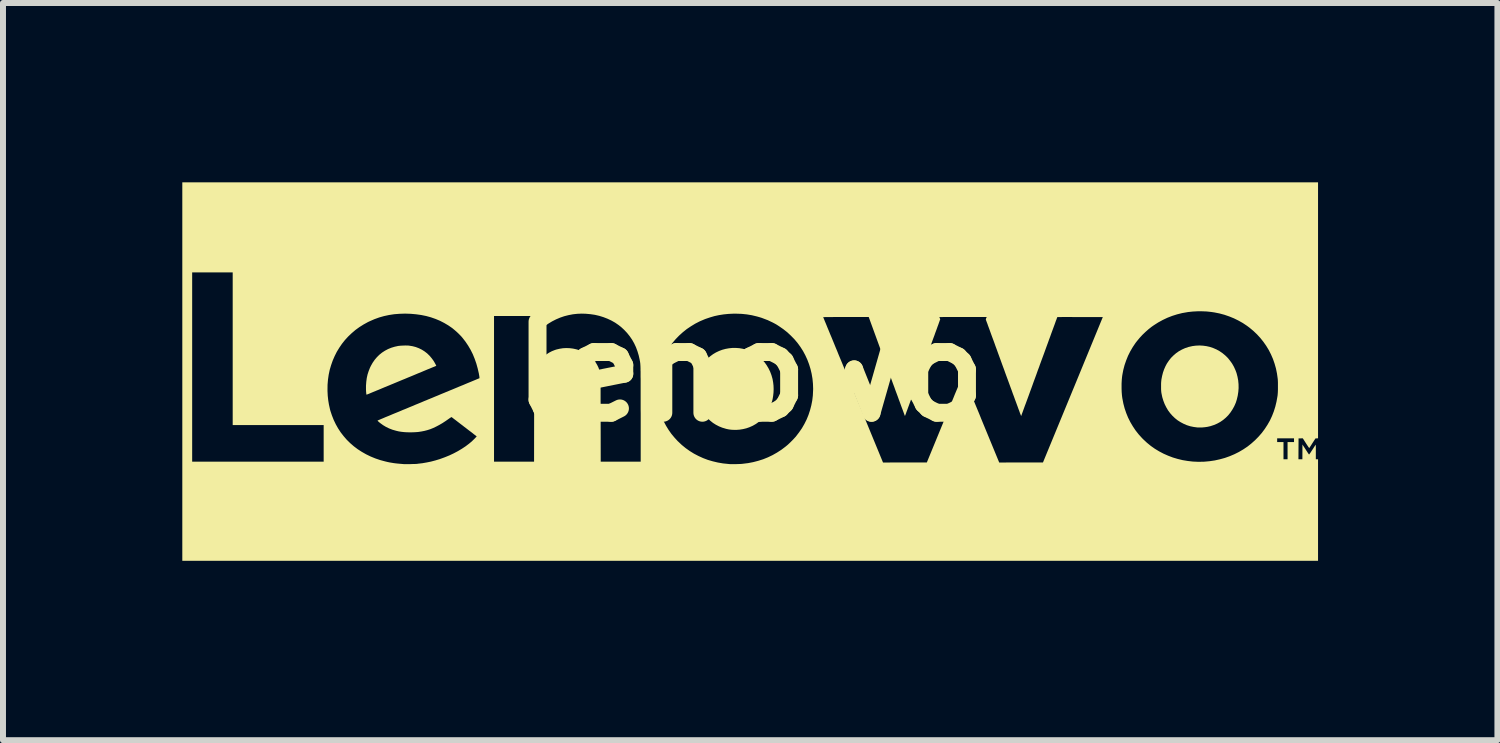
<source format=kicad_pcb>
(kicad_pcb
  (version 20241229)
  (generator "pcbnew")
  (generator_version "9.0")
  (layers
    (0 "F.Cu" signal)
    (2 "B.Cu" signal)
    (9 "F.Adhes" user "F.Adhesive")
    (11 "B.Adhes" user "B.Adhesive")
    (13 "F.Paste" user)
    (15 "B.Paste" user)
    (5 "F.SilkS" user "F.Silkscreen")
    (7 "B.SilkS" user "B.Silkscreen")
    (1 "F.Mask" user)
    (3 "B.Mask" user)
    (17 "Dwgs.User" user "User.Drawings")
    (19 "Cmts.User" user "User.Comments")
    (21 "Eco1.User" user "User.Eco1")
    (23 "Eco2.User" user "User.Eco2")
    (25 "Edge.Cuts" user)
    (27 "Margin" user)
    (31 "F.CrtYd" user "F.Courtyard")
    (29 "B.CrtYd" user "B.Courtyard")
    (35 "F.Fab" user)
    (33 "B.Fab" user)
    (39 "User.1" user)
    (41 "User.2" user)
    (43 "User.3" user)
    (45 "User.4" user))
  (footprint "lenowo"
    (layer "F.Cu")
    (at 9.499 3.166)
    (property "Reference" "lenowo" (at 0 0 0) (layer "F.SilkS") (effects (font (size 1.524 1.524) (thickness 0.3))))
    (attr board_only exclude_from_pos_files exclude_from_bom)
    (fp_poly (pts (xy 7.576 -0.433) (xy 7.635 -0.425) (xy 7.693 -0.412) (xy 7.749 -0.393) (xy 7.804 -0.369) (xy 7.856 -0.34) (xy 7.903 -0.308) (xy 7.949 -0.27) (xy 7.992 -0.228) (xy 8.03 -0.181) (xy 8.065 -0.132) (xy 8.095 -0.079) (xy 8.12 -0.024) (xy 8.138 0.024) (xy 8.154 0.085) (xy 8.166 0.148) (xy 8.172 0.212) (xy 8.173 0.276) (xy 8.168 0.34) (xy 8.158 0.405) (xy 8.143 0.468) (xy 8.13 0.51) (xy 8.125 0.524) (xy 8.118 0.54) (xy 8.11 0.559) (xy 8.102 0.576) (xy 8.099 0.583) (xy 8.069 0.636) (xy 8.036 0.686) (xy 7.999 0.732) (xy 7.958 0.773) (xy 7.914 0.81) (xy 7.866 0.843) (xy 7.815 0.871) (xy 7.761 0.894) (xy 7.704 0.913) (xy 7.691 0.916) (xy 7.652 0.925) (xy 7.61 0.931) (xy 7.567 0.935) (xy 7.525 0.936) (xy 7.486 0.935) (xy 7.481 0.935) (xy 7.421 0.927) (xy 7.363 0.915) (xy 7.306 0.897) (xy 7.253 0.874) (xy 7.202 0.847) (xy 7.153 0.816) (xy 7.108 0.78) (xy 7.066 0.74) (xy 7.028 0.697) (xy 6.993 0.65) (xy 6.963 0.599) (xy 6.936 0.545) (xy 6.914 0.488) (xy 6.896 0.429) (xy 6.883 0.366) (xy 6.881 0.356) (xy 6.879 0.339) (xy 6.877 0.316) (xy 6.876 0.291) (xy 6.876 0.264) (xy 6.876 0.235) (xy 6.876 0.208) (xy 6.877 0.182) (xy 6.879 0.159) (xy 6.881 0.14) (xy 6.881 0.137) (xy 6.893 0.075) (xy 6.908 0.016) (xy 6.927 -0.038) (xy 6.95 -0.09) (xy 6.973 -0.133) (xy 7.006 -0.182) (xy 7.042 -0.228) (xy 7.083 -0.269) (xy 7.127 -0.307) (xy 7.174 -0.34) (xy 7.225 -0.368) (xy 7.278 -0.392) (xy 7.334 -0.411) (xy 7.392 -0.424) (xy 7.394 -0.425) (xy 7.455 -0.433) (xy 7.516 -0.436)) (stroke (width 0) (type solid)) (fill yes) (layer "F.SilkS"))
    (fp_poly (pts (xy -5.741 -0.435) (xy -5.72 -0.435) (xy -5.703 -0.433) (xy -5.647 -0.424) (xy -5.593 -0.41) (xy -5.541 -0.39) (xy -5.492 -0.366) (xy -5.446 -0.337) (xy -5.402 -0.303) (xy -5.362 -0.264) (xy -5.325 -0.22) (xy -5.298 -0.183) (xy -5.291 -0.172) (xy -5.283 -0.159) (xy -5.276 -0.146) (xy -5.268 -0.132) (xy -5.261 -0.119) (xy -5.256 -0.109) (xy -5.252 -0.101) (xy -5.25 -0.096) (xy -5.25 -0.096) (xy -5.253 -0.095) (xy -5.261 -0.091) (xy -5.273 -0.086) (xy -5.29 -0.079) (xy -5.31 -0.071) (xy -5.334 -0.061) (xy -5.362 -0.049) (xy -5.393 -0.037) (xy -5.426 -0.023) (xy -5.462 -0.008) (xy -5.499 0.008) (xy -5.539 0.024) (xy -5.573 0.038) (xy -5.632 0.063) (xy -5.685 0.085) (xy -5.734 0.105) (xy -5.779 0.124) (xy -5.819 0.14) (xy -5.857 0.156) (xy -5.891 0.17) (xy -5.922 0.183) (xy -5.951 0.195) (xy -5.977 0.206) (xy -6.002 0.216) (xy -6.025 0.226) (xy -6.047 0.235) (xy -6.069 0.244) (xy -6.09 0.253) (xy -6.111 0.261) (xy -6.132 0.27) (xy -6.154 0.279) (xy -6.177 0.289) (xy -6.201 0.299) (xy -6.227 0.31) (xy -6.241 0.315) (xy -6.271 0.328) (xy -6.299 0.339) (xy -6.325 0.35) (xy -6.349 0.36) (xy -6.37 0.369) (xy -6.387 0.376) (xy -6.401 0.381) (xy -6.411 0.385) (xy -6.416 0.387) (xy -6.416 0.388) (xy -6.418 0.385) (xy -6.419 0.381) (xy -6.421 0.372) (xy -6.422 0.358) (xy -6.424 0.341) (xy -6.425 0.321) (xy -6.426 0.3) (xy -6.426 0.279) (xy -6.426 0.259) (xy -6.426 0.241) (xy -6.426 0.235) (xy -6.421 0.17) (xy -6.413 0.109) (xy -6.4 0.05) (xy -6.382 -0.006) (xy -6.36 -0.062) (xy -6.344 -0.095) (xy -6.314 -0.148) (xy -6.28 -0.197) (xy -6.242 -0.242) (xy -6.201 -0.282) (xy -6.156 -0.318) (xy -6.108 -0.349) (xy -6.057 -0.376) (xy -6.003 -0.398) (xy -5.947 -0.415) (xy -5.929 -0.419) (xy -5.91 -0.423) (xy -5.893 -0.427) (xy -5.88 -0.429) (xy -5.862 -0.431) (xy -5.84 -0.433) (xy -5.816 -0.434) (xy -5.79 -0.435) (xy -5.765 -0.436)) (stroke (width 0) (type solid)) (fill yes) (layer "F.SilkS"))
    (fp_poly (pts (xy -0.18 -0.391) (xy -0.122 -0.381) (xy -0.065 -0.366) (xy -0.044 -0.359) (xy -0.024 -0.351) (xy -0.002 -0.341) (xy 0.023 -0.33) (xy 0.047 -0.318) (xy 0.069 -0.305) (xy 0.087 -0.294) (xy 0.088 -0.294) (xy 0.12 -0.271) (xy 0.152 -0.246) (xy 0.183 -0.218) (xy 0.212 -0.189) (xy 0.237 -0.16) (xy 0.243 -0.154) (xy 0.277 -0.106) (xy 0.308 -0.054) (xy 0.335 0.001) (xy 0.357 0.059) (xy 0.374 0.118) (xy 0.377 0.131) (xy 0.386 0.183) (xy 0.392 0.237) (xy 0.394 0.293) (xy 0.392 0.35) (xy 0.386 0.406) (xy 0.377 0.46) (xy 0.369 0.493) (xy 0.35 0.553) (xy 0.327 0.61) (xy 0.299 0.664) (xy 0.267 0.714) (xy 0.231 0.76) (xy 0.191 0.802) (xy 0.147 0.841) (xy 0.1 0.875) (xy 0.048 0.905) (xy 0.038 0.91) (xy -0.012 0.932) (xy -0.064 0.95) (xy -0.119 0.963) (xy -0.175 0.972) (xy -0.231 0.976) (xy -0.287 0.975) (xy -0.297 0.975) (xy -0.325 0.972) (xy -0.351 0.969) (xy -0.376 0.964) (xy -0.404 0.958) (xy -0.409 0.956) (xy -0.466 0.939) (xy -0.52 0.917) (xy -0.572 0.89) (xy -0.621 0.859) (xy -0.666 0.823) (xy -0.709 0.783) (xy -0.748 0.74) (xy -0.783 0.693) (xy -0.814 0.643) (xy -0.841 0.591) (xy -0.863 0.535) (xy -0.881 0.477) (xy -0.894 0.417) (xy -0.901 0.369) (xy -0.902 0.352) (xy -0.903 0.331) (xy -0.903 0.307) (xy -0.903 0.281) (xy -0.902 0.255) (xy -0.901 0.229) (xy -0.9 0.205) (xy -0.898 0.185) (xy -0.897 0.169) (xy -0.896 0.168) (xy -0.892 0.143) (xy -0.886 0.115) (xy -0.879 0.087) (xy -0.872 0.06) (xy -0.865 0.036) (xy -0.862 0.029) (xy -0.855 0.009) (xy -0.845 -0.013) (xy -0.834 -0.037) (xy -0.823 -0.06) (xy -0.812 -0.081) (xy -0.802 -0.098) (xy -0.802 -0.1) (xy -0.779 -0.134) (xy -0.752 -0.168) (xy -0.724 -0.201) (xy -0.694 -0.232) (xy -0.664 -0.258) (xy -0.619 -0.291) (xy -0.57 -0.32) (xy -0.519 -0.344) (xy -0.466 -0.364) (xy -0.41 -0.379) (xy -0.354 -0.389) (xy -0.296 -0.395) (xy -0.238 -0.395)) (stroke (width 0) (type solid)) (fill yes) (layer "F.SilkS"))
    (fp_poly (pts (xy 9.502 1.117) (xy 9.481 1.118) (xy 9.459 1.119) (xy 9.408 1.198) (xy 9.396 1.217) (xy 9.385 1.235) (xy 9.375 1.25) (xy 9.366 1.263) (xy 9.36 1.273) (xy 9.356 1.278) (xy 9.355 1.28) (xy 9.353 1.278) (xy 9.348 1.272) (xy 9.34 1.261) (xy 9.33 1.246) (xy 9.318 1.228) (xy 9.303 1.205) (xy 9.3 1.2) (xy 9.247 1.117) (xy 9.211 1.118) (xy 9.176 1.119) (xy 9.175 1.293) (xy 9.174 1.468) (xy 9.24 1.468) (xy 9.241 1.221) (xy 9.295 1.304) (xy 9.307 1.323) (xy 9.319 1.341) (xy 9.329 1.357) (xy 9.338 1.37) (xy 9.345 1.38) (xy 9.35 1.386) (xy 9.352 1.387) (xy 9.355 1.385) (xy 9.36 1.378) (xy 9.369 1.366) (xy 9.38 1.35) (xy 9.394 1.328) (xy 9.408 1.307) (xy 9.421 1.288) (xy 9.432 1.27) (xy 9.442 1.254) (xy 9.451 1.241) (xy 9.457 1.231) (xy 9.461 1.225) (xy 9.463 1.224) (xy 9.463 1.226) (xy 9.464 1.234) (xy 9.464 1.246) (xy 9.465 1.262) (xy 9.465 1.282) (xy 9.465 1.305) (xy 9.465 1.331) (xy 9.465 1.345) (xy 9.465 1.468) (xy 9.502 1.468) (xy 9.502 3.166) (xy -9.499 3.166) (xy -9.499 1.508) (xy -9.334 1.508) (xy -7.134 1.508) (xy -7.134 0.895) (xy -8.656 0.895) (xy -8.656 0.306) (xy -7.07 0.306) (xy -7.07 0.325) (xy -7.066 0.404) (xy -7.058 0.479) (xy -7.046 0.552) (xy -7.03 0.624) (xy -7.022 0.656) (xy -6.996 0.734) (xy -6.966 0.81) (xy -6.931 0.883) (xy -6.892 0.952) (xy -6.848 1.019) (xy -6.799 1.082) (xy -6.747 1.142) (xy -6.69 1.198) (xy -6.63 1.25) (xy -6.565 1.299) (xy -6.497 1.343) (xy -6.425 1.384) (xy -6.349 1.421) (xy -6.271 1.453) (xy -6.189 1.481) (xy -6.107 1.503) (xy -6.07 1.512) (xy -6.033 1.52) (xy -5.997 1.526) (xy -5.961 1.532) (xy -5.922 1.537) (xy -5.881 1.541) (xy -5.835 1.545) (xy -5.789 1.549) (xy -5.776 1.549) (xy -5.76 1.549) (xy -5.739 1.549) (xy -5.716 1.549) (xy -5.692 1.549) (xy -5.666 1.548) (xy -5.641 1.547) (xy -5.618 1.547) (xy -5.596 1.546) (xy -5.578 1.545) (xy -5.565 1.544) (xy -5.564 1.543) (xy -5.485 1.534) (xy -5.41 1.521) (xy -5.346 1.508) (xy -4.284 1.508) (xy -3.614 1.508) (xy -3.613 0.78) (xy -3.612 0.053) (xy -3.606 0.024) (xy -3.591 -0.03) (xy -3.571 -0.082) (xy -3.546 -0.13) (xy -3.518 -0.175) (xy -3.485 -0.216) (xy -3.448 -0.253) (xy -3.407 -0.287) (xy -3.363 -0.316) (xy -3.315 -0.341) (xy -3.264 -0.361) (xy -3.243 -0.368) (xy -3.188 -0.381) (xy -3.132 -0.39) (xy -3.075 -0.393) (xy -3.018 -0.391) (xy -2.962 -0.384) (xy -2.907 -0.372) (xy -2.853 -0.356) (xy -2.802 -0.334) (xy -2.753 -0.308) (xy -2.706 -0.278) (xy -2.694 -0.269) (xy -2.653 -0.234) (xy -2.616 -0.195) (xy -2.584 -0.154) (xy -2.558 -0.11) (xy -2.536 -0.064) (xy -2.519 -0.016) (xy -2.517 -0.01) (xy -2.516 -0.004) (xy -2.514 0.001) (xy -2.512 0.006) (xy -2.511 0.011) (xy -2.51 0.016) (xy -2.509 0.021) (xy -2.508 0.027) (xy -2.507 0.034) (xy -2.506 0.043) (xy -2.505 0.052) (xy -2.504 0.063) (xy -2.504 0.075) (xy -2.503 0.09) (xy -2.503 0.107) (xy -2.502 0.126) (xy -2.502 0.147) (xy -2.502 0.172) (xy -2.501 0.199) (xy -2.501 0.23) (xy -2.501 0.264) (xy -2.501 0.302) (xy -2.501 0.344) (xy -2.501 0.39) (xy -2.501 0.44) (xy -2.501 0.495) (xy -2.5 0.555) (xy -2.5 0.619) (xy -2.5 0.689) (xy -2.5 0.765) (xy -2.5 0.784) (xy -2.499 1.508) (xy -1.83 1.508) (xy -1.83 0.71) (xy -1.831 0.63) (xy -1.831 0.554) (xy -1.831 0.484) (xy -1.831 0.42) (xy -1.831 0.36) (xy -1.831 0.304) (xy -1.831 0.286) (xy -1.563 0.286) (xy -1.563 0.316) (xy -1.563 0.345) (xy -1.562 0.373) (xy -1.561 0.398) (xy -1.559 0.418) (xy -1.558 0.43) (xy -1.545 0.517) (xy -1.527 0.6) (xy -1.504 0.681) (xy -1.477 0.758) (xy -1.445 0.833) (xy -1.407 0.905) (xy -1.365 0.974) (xy -1.318 1.041) (xy -1.265 1.105) (xy -1.208 1.167) (xy -1.204 1.17) (xy -1.143 1.228) (xy -1.078 1.281) (xy -1.009 1.33) (xy -0.938 1.374) (xy -0.863 1.413) (xy -0.786 1.448) (xy -0.707 1.478) (xy -0.624 1.502) (xy -0.54 1.522) (xy -0.453 1.537) (xy -0.365 1.546) (xy -0.348 1.548) (xy -0.326 1.549) (xy -0.301 1.549) (xy -0.272 1.549) (xy -0.242 1.549) (xy -0.211 1.548) (xy -0.181 1.547) (xy -0.154 1.546) (xy -0.13 1.544) (xy -0.123 1.543) (xy -0.033 1.532) (xy 0.054 1.515) (xy 0.138 1.493) (xy 0.22 1.467) (xy 0.299 1.435) (xy 0.376 1.398) (xy 0.45 1.356) (xy 0.523 1.309) (xy 0.593 1.256) (xy 0.621 1.233) (xy 0.636 1.22) (xy 0.653 1.204) (xy 0.672 1.186) (xy 0.692 1.166) (xy 0.712 1.146) (xy 0.731 1.126) (xy 0.748 1.107) (xy 0.763 1.091) (xy 0.767 1.086) (xy 0.819 1.018) (xy 0.867 0.949) (xy 0.909 0.876) (xy 0.946 0.802) (xy 0.977 0.726) (xy 1.003 0.647) (xy 1.024 0.567) (xy 1.04 0.486) (xy 1.05 0.402) (xy 1.054 0.318) (xy 1.055 0.291) (xy 1.052 0.205) (xy 1.044 0.121) (xy 1.03 0.038) (xy 1.011 -0.043) (xy 0.987 -0.121) (xy 0.958 -0.198) (xy 0.924 -0.272) (xy 0.886 -0.343) (xy 0.842 -0.412) (xy 0.794 -0.478) (xy 0.741 -0.541) (xy 0.683 -0.6) (xy 0.622 -0.657) (xy 0.556 -0.709) (xy 0.485 -0.758) (xy 0.445 -0.784) (xy 0.424 -0.796) (xy 0.4 -0.809) (xy 0.373 -0.823) (xy 0.345 -0.836) (xy 0.318 -0.849) (xy 0.293 -0.861) (xy 0.276 -0.867) (xy 0.195 -0.898) (xy 0.156 -0.91) (xy 1.223 -0.91) (xy 1.224 -0.907) (xy 1.228 -0.899) (xy 1.233 -0.886) (xy 1.24 -0.869) (xy 1.249 -0.846) (xy 1.26 -0.82) (xy 1.273 -0.789) (xy 1.287 -0.754) (xy 1.303 -0.715) (xy 1.321 -0.672) (xy 1.34 -0.625) (xy 1.361 -0.576) (xy 1.383 -0.522) (xy 1.406 -0.466) (xy 1.43 -0.407) (xy 1.456 -0.345) (xy 1.482 -0.28) (xy 1.51 -0.213) (xy 1.539 -0.143) (xy 1.568 -0.072) (xy 1.598 0.002) (xy 1.629 0.077) (xy 1.661 0.154) (xy 1.693 0.233) (xy 1.724 0.307) (xy 2.224 1.522) (xy 2.591 1.521) (xy 2.957 1.521) (xy 3.259 0.786) (xy 3.284 0.724) (xy 3.309 0.664) (xy 3.334 0.605) (xy 3.357 0.548) (xy 3.38 0.493) (xy 3.402 0.44) (xy 3.422 0.39) (xy 3.442 0.342) (xy 3.461 0.297) (xy 3.478 0.256) (xy 3.494 0.217) (xy 3.508 0.182) (xy 3.521 0.151) (xy 3.533 0.124) (xy 3.543 0.101) (xy 3.551 0.082) (xy 3.557 0.068) (xy 3.561 0.058) (xy 3.563 0.054) (xy 3.563 0.054) (xy 3.564 0.056) (xy 3.567 0.064) (xy 3.573 0.077) (xy 3.58 0.094) (xy 3.589 0.116) (xy 3.6 0.142) (xy 3.612 0.172) (xy 3.626 0.206) (xy 3.641 0.243) (xy 3.658 0.283) (xy 3.676 0.327) (xy 3.696 0.374) (xy 3.716 0.424) (xy 3.737 0.475) (xy 3.76 0.53) (xy 3.783 0.586) (xy 3.807 0.644) (xy 3.832 0.704) (xy 3.857 0.766) (xy 3.866 0.789) (xy 4.168 1.522) (xy 4.534 1.521) (xy 4.9 1.521) (xy 5.401 0.305) (xy 5.423 0.252) (xy 6.215 0.252) (xy 6.215 0.287) (xy 6.216 0.317) (xy 6.217 0.344) (xy 6.219 0.369) (xy 6.221 0.394) (xy 6.224 0.42) (xy 6.228 0.448) (xy 6.229 0.453) (xy 6.245 0.536) (xy 6.266 0.616) (xy 6.293 0.695) (xy 6.324 0.771) (xy 6.361 0.845) (xy 6.403 0.916) (xy 6.449 0.985) (xy 6.501 1.051) (xy 6.557 1.113) (xy 6.578 1.134) (xy 6.639 1.191) (xy 6.704 1.244) (xy 6.772 1.292) (xy 6.843 1.335) (xy 6.917 1.374) (xy 6.994 1.408) (xy 7.073 1.438) (xy 7.154 1.462) (xy 7.236 1.482) (xy 7.321 1.496) (xy 7.406 1.506) (xy 7.493 1.51) (xy 7.58 1.509) (xy 7.6 1.508) (xy 7.688 1.5) (xy 7.775 1.487) (xy 7.86 1.468) (xy 7.944 1.445) (xy 8.025 1.416) (xy 8.103 1.383) (xy 8.179 1.345) (xy 8.252 1.302) (xy 8.322 1.255) (xy 8.384 1.206) (xy 8.413 1.18) (xy 8.818 1.18) (xy 8.924 1.18) (xy 8.924 1.468) (xy 8.992 1.468) (xy 8.992 1.18) (xy 9.1 1.18) (xy 9.1 1.117) (xy 8.818 1.117) (xy 8.818 1.18) (xy 8.413 1.18) (xy 8.448 1.149) (xy 8.507 1.089) (xy 8.562 1.026) (xy 8.611 0.96) (xy 8.656 0.891) (xy 8.697 0.819) (xy 8.732 0.744) (xy 8.762 0.667) (xy 8.787 0.587) (xy 8.807 0.504) (xy 8.822 0.42) (xy 8.826 0.393) (xy 8.827 0.377) (xy 8.829 0.355) (xy 8.83 0.33) (xy 8.831 0.302) (xy 8.831 0.273) (xy 8.831 0.243) (xy 8.831 0.213) (xy 8.831 0.185) (xy 8.83 0.16) (xy 8.829 0.137) (xy 8.827 0.12) (xy 8.827 0.118) (xy 8.815 0.033) (xy 8.798 -0.051) (xy 8.775 -0.132) (xy 8.748 -0.21) (xy 8.715 -0.286) (xy 8.678 -0.359) (xy 8.635 -0.43) (xy 8.588 -0.497) (xy 8.537 -0.561) (xy 8.481 -0.622) (xy 8.42 -0.68) (xy 8.355 -0.734) (xy 8.312 -0.766) (xy 8.243 -0.812) (xy 8.17 -0.853) (xy 8.095 -0.89) (xy 8.016 -0.922) (xy 7.935 -0.95) (xy 7.853 -0.972) (xy 7.768 -0.989) (xy 7.714 -0.997) (xy 7.64 -1.005) (xy 7.563 -1.008) (xy 7.485 -1.008) (xy 7.407 -1.004) (xy 7.332 -0.996) (xy 7.313 -0.993) (xy 7.228 -0.978) (xy 7.144 -0.957) (xy 7.062 -0.931) (xy 6.982 -0.9) (xy 6.904 -0.863) (xy 6.829 -0.822) (xy 6.757 -0.776) (xy 6.718 -0.749) (xy 6.666 -0.708) (xy 6.614 -0.662) (xy 6.564 -0.614) (xy 6.517 -0.563) (xy 6.474 -0.511) (xy 6.449 -0.479) (xy 6.402 -0.409) (xy 6.36 -0.337) (xy 6.323 -0.263) (xy 6.292 -0.186) (xy 6.265 -0.108) (xy 6.244 -0.028) (xy 6.239 -0.002) (xy 6.232 0.034) (xy 6.226 0.068) (xy 6.222 0.1) (xy 6.219 0.132) (xy 6.217 0.165) (xy 6.215 0.201) (xy 6.215 0.241) (xy 6.215 0.252) (xy 5.423 0.252) (xy 5.901 -0.911) (xy 5.521 -0.911) (xy 5.475 -0.911) (xy 5.43 -0.911) (xy 5.388 -0.912) (xy 5.347 -0.912) (xy 5.31 -0.912) (xy 5.275 -0.912) (xy 5.243 -0.912) (xy 5.215 -0.912) (xy 5.191 -0.911) (xy 5.171 -0.911) (xy 5.156 -0.911) (xy 5.145 -0.911) (xy 5.14 -0.911) (xy 5.14 -0.911) (xy 5.139 -0.908) (xy 5.136 -0.9) (xy 5.131 -0.888) (xy 5.125 -0.87) (xy 5.116 -0.848) (xy 5.107 -0.822) (xy 5.096 -0.791) (xy 5.083 -0.756) (xy 5.069 -0.718) (xy 5.054 -0.677) (xy 5.037 -0.631) (xy 5.02 -0.583) (xy 5.001 -0.532) (xy 4.982 -0.479) (xy 4.961 -0.422) (xy 4.94 -0.364) (xy 4.918 -0.303) (xy 4.895 -0.241) (xy 4.871 -0.176) (xy 4.847 -0.111) (xy 4.838 -0.084) (xy 4.813 -0.018) (xy 4.79 0.047) (xy 4.767 0.11) (xy 4.744 0.172) (xy 4.723 0.231) (xy 4.702 0.289) (xy 4.682 0.343) (xy 4.663 0.396) (xy 4.645 0.445) (xy 4.628 0.491) (xy 4.612 0.535) (xy 4.597 0.574) (xy 4.584 0.61) (xy 4.572 0.643) (xy 4.562 0.671) (xy 4.553 0.695) (xy 4.546 0.714) (xy 4.541 0.729) (xy 4.537 0.739) (xy 4.535 0.744) (xy 4.535 0.744) (xy 4.534 0.742) (xy 4.531 0.734) (xy 4.526 0.722) (xy 4.519 0.704) (xy 4.511 0.683) (xy 4.502 0.656) (xy 4.49 0.626) (xy 4.478 0.592) (xy 4.464 0.554) (xy 4.449 0.513) (xy 4.432 0.468) (xy 4.415 0.42) (xy 4.396 0.37) (xy 4.377 0.316) (xy 4.356 0.26) (xy 4.335 0.202) (xy 4.313 0.142) (xy 4.29 0.08) (xy 4.267 0.017) (xy 4.244 -0.048) (xy 4.241 -0.055) (xy 4.217 -0.12) (xy 4.194 -0.184) (xy 4.171 -0.247) (xy 4.149 -0.307) (xy 4.128 -0.366) (xy 4.107 -0.422) (xy 4.088 -0.476) (xy 4.069 -0.528) (xy 4.051 -0.576) (xy 4.034 -0.622) (xy 4.019 -0.664) (xy 4.005 -0.703) (xy 3.992 -0.738) (xy 3.98 -0.77) (xy 3.971 -0.797) (xy 3.962 -0.82) (xy 3.955 -0.839) (xy 3.95 -0.852) (xy 3.947 -0.861) (xy 3.946 -0.865) (xy 3.946 -0.865) (xy 3.944 -0.87) (xy 3.944 -0.875) (xy 3.946 -0.882) (xy 3.95 -0.893) (xy 3.959 -0.912) (xy 3.562 -0.912) (xy 3.515 -0.912) (xy 3.47 -0.912) (xy 3.427 -0.912) (xy 3.385 -0.912) (xy 3.347 -0.912) (xy 3.311 -0.912) (xy 3.278 -0.912) (xy 3.249 -0.912) (xy 3.224 -0.912) (xy 3.203 -0.911) (xy 3.186 -0.911) (xy 3.174 -0.911) (xy 3.168 -0.911) (xy 3.166 -0.911) (xy 3.168 -0.908) (xy 3.17 -0.901) (xy 3.174 -0.894) (xy 3.177 -0.885) (xy 3.18 -0.878) (xy 3.181 -0.874) (xy 3.18 -0.871) (xy 3.177 -0.863) (xy 3.172 -0.851) (xy 3.166 -0.833) (xy 3.158 -0.811) (xy 3.149 -0.785) (xy 3.138 -0.756) (xy 3.126 -0.722) (xy 3.113 -0.686) (xy 3.098 -0.646) (xy 3.083 -0.603) (xy 3.066 -0.558) (xy 3.049 -0.511) (xy 3.031 -0.461) (xy 3.012 -0.41) (xy 2.993 -0.357) (xy 2.973 -0.303) (xy 2.953 -0.247) (xy 2.933 -0.191) (xy 2.912 -0.134) (xy 2.892 -0.077) (xy 2.871 -0.02) (xy 2.85 0.036) (xy 2.829 0.093) (xy 2.809 0.149) (xy 2.789 0.203) (xy 2.77 0.257) (xy 2.751 0.309) (xy 2.732 0.359) (xy 2.715 0.408) (xy 2.698 0.454) (xy 2.682 0.498) (xy 2.667 0.539) (xy 2.653 0.577) (xy 2.64 0.612) (xy 2.629 0.643) (xy 2.618 0.671) (xy 2.61 0.694) (xy 2.603 0.714) (xy 2.597 0.728) (xy 2.593 0.739) (xy 2.591 0.744) (xy 2.591 0.744) (xy 2.59 0.742) (xy 2.587 0.734) (xy 2.582 0.722) (xy 2.576 0.704) (xy 2.568 0.683) (xy 2.558 0.656) (xy 2.547 0.626) (xy 2.534 0.592) (xy 2.52 0.554) (xy 2.505 0.512) (xy 2.488 0.467) (xy 2.471 0.419) (xy 2.452 0.368) (xy 2.432 0.315) (xy 2.412 0.258) (xy 2.39 0.2) (xy 2.368 0.139) (xy 2.345 0.077) (xy 2.322 0.013) (xy 2.298 -0.053) (xy 2.287 -0.083) (xy 1.985 -0.912) (xy 1.604 -0.912) (xy 1.557 -0.912) (xy 1.512 -0.912) (xy 1.468 -0.912) (xy 1.428 -0.912) (xy 1.39 -0.912) (xy 1.355 -0.911) (xy 1.324 -0.911) (xy 1.296 -0.911) (xy 1.272 -0.911) (xy 1.253 -0.911) (xy 1.238 -0.91) (xy 1.228 -0.91) (xy 1.223 -0.91) (xy 1.223 -0.91) (xy 0.156 -0.91) (xy 0.113 -0.922) (xy 0.03 -0.942) (xy -0.054 -0.956) (xy -0.14 -0.965) (xy -0.229 -0.968) (xy -0.283 -0.968) (xy -0.365 -0.964) (xy -0.444 -0.956) (xy -0.52 -0.944) (xy -0.595 -0.928) (xy -0.67 -0.906) (xy -0.744 -0.881) (xy -0.762 -0.874) (xy -0.842 -0.84) (xy -0.918 -0.801) (xy -0.99 -0.757) (xy -1.06 -0.71) (xy -1.126 -0.657) (xy -1.188 -0.601) (xy -1.247 -0.54) (xy -1.301 -0.476) (xy -1.351 -0.407) (xy -1.38 -0.364) (xy -1.391 -0.345) (xy -1.404 -0.322) (xy -1.418 -0.296) (xy -1.432 -0.269) (xy -1.446 -0.241) (xy -1.459 -0.214) (xy -1.47 -0.19) (xy -1.479 -0.169) (xy -1.48 -0.165) (xy -1.506 -0.092) (xy -1.527 -0.015) (xy -1.545 0.064) (xy -1.557 0.144) (xy -1.559 0.164) (xy -1.561 0.181) (xy -1.562 0.203) (xy -1.563 0.229) (xy -1.563 0.257) (xy -1.563 0.286) (xy -1.831 0.286) (xy -1.831 0.253) (xy -1.831 0.206) (xy -1.831 0.164) (xy -1.831 0.125) (xy -1.832 0.089) (xy -1.832 0.057) (xy -1.832 0.028) (xy -1.832 0.002) (xy -1.833 -0.021) (xy -1.833 -0.041) (xy -1.833 -0.06) (xy -1.834 -0.076) (xy -1.834 -0.09) (xy -1.835 -0.103) (xy -1.836 -0.114) (xy -1.836 -0.125) (xy -1.837 -0.134) (xy -1.838 -0.142) (xy -1.839 -0.149) (xy -1.84 -0.156) (xy -1.841 -0.164) (xy -1.842 -0.171) (xy -1.844 -0.178) (xy -1.845 -0.186) (xy -1.847 -0.194) (xy -1.847 -0.197) (xy -1.863 -0.269) (xy -1.884 -0.339) (xy -1.909 -0.407) (xy -1.939 -0.471) (xy -1.974 -0.533) (xy -2.014 -0.591) (xy -2.058 -0.646) (xy -2.106 -0.697) (xy -2.158 -0.745) (xy -2.2 -0.778) (xy -2.258 -0.818) (xy -2.32 -0.853) (xy -2.386 -0.884) (xy -2.453 -0.91) (xy -2.524 -0.932) (xy -2.597 -0.949) (xy -2.672 -0.96) (xy -2.75 -0.967) (xy -2.817 -0.969) (xy -2.891 -0.966) (xy -2.964 -0.958) (xy -3.037 -0.944) (xy -3.108 -0.926) (xy -3.178 -0.902) (xy -3.246 -0.873) (xy -3.311 -0.84) (xy -3.374 -0.802) (xy -3.434 -0.76) (xy -3.491 -0.714) (xy -3.53 -0.677) (xy -3.544 -0.662) (xy -3.559 -0.647) (xy -3.573 -0.631) (xy -3.585 -0.617) (xy -3.59 -0.611) (xy -3.614 -0.581) (xy -3.614 -0.929) (xy -4.284 -0.929) (xy -4.284 1.508) (xy -5.346 1.508) (xy -5.337 1.506) (xy -5.265 1.487) (xy -5.192 1.465) (xy -5.184 1.462) (xy -5.107 1.434) (xy -5.031 1.403) (xy -4.959 1.369) (xy -4.889 1.332) (xy -4.822 1.292) (xy -4.76 1.251) (xy -4.702 1.207) (xy -4.666 1.177) (xy -4.656 1.169) (xy -4.645 1.158) (xy -4.633 1.146) (xy -4.62 1.134) (xy -4.608 1.122) (xy -4.597 1.11) (xy -4.587 1.1) (xy -4.58 1.092) (xy -4.575 1.087) (xy -4.574 1.085) (xy -4.577 1.083) (xy -4.582 1.078) (xy -4.591 1.071) (xy -4.602 1.063) (xy -4.604 1.061) (xy -4.611 1.056) (xy -4.622 1.048) (xy -4.636 1.036) (xy -4.654 1.022) (xy -4.675 1.006) (xy -4.698 0.989) (xy -4.724 0.969) (xy -4.751 0.948) (xy -4.779 0.927) (xy -4.807 0.905) (xy -4.812 0.901) (xy -4.84 0.88) (xy -4.867 0.859) (xy -4.892 0.84) (xy -4.915 0.822) (xy -4.936 0.806) (xy -4.955 0.792) (xy -4.97 0.78) (xy -4.982 0.771) (xy -4.99 0.765) (xy -4.994 0.762) (xy -4.995 0.762) (xy -4.998 0.763) (xy -5.005 0.767) (xy -5.015 0.773) (xy -5.027 0.781) (xy -5.034 0.786) (xy -5.091 0.826) (xy -5.146 0.862) (xy -5.199 0.893) (xy -5.25 0.92) (xy -5.3 0.944) (xy -5.349 0.964) (xy -5.399 0.98) (xy -5.449 0.993) (xy -5.5 1.003) (xy -5.553 1.011) (xy -5.608 1.015) (xy -5.666 1.017) (xy -5.69 1.017) (xy -5.742 1.016) (xy -5.79 1.013) (xy -5.835 1.008) (xy -5.879 1.001) (xy -5.921 0.991) (xy -5.981 0.974) (xy -6.038 0.952) (xy -6.09 0.927) (xy -6.14 0.897) (xy -6.187 0.863) (xy -6.19 0.86) (xy -6.206 0.848) (xy -6.218 0.837) (xy -6.227 0.828) (xy -6.232 0.822) (xy -6.233 0.82) (xy -6.231 0.819) (xy -6.227 0.817) (xy -6.219 0.814) (xy -6.208 0.809) (xy -6.193 0.803) (xy -6.175 0.795) (xy -6.153 0.786) (xy -6.127 0.775) (xy -6.097 0.762) (xy -6.062 0.748) (xy -6.023 0.732) (xy -5.979 0.713) (xy -5.93 0.693) (xy -5.878 0.672) (xy -5.859 0.664) (xy -5.835 0.654) (xy -5.808 0.642) (xy -5.777 0.63) (xy -5.743 0.616) (xy -5.708 0.601) (xy -5.671 0.586) (xy -5.634 0.571) (xy -5.598 0.555) (xy -5.568 0.543) (xy -5.534 0.529) (xy -5.502 0.516) (xy -5.472 0.503) (xy -5.444 0.491) (xy -5.418 0.481) (xy -5.395 0.471) (xy -5.376 0.463) (xy -5.36 0.457) (xy -5.349 0.452) (xy -5.342 0.449) (xy -5.341 0.449) (xy -5.336 0.447) (xy -5.326 0.443) (xy -5.312 0.437) (xy -5.293 0.429) (xy -5.272 0.42) (xy -5.247 0.41) (xy -5.22 0.399) (xy -5.19 0.386) (xy -5.159 0.373) (xy -5.127 0.36) (xy -5.124 0.359) (xy -5.091 0.345) (xy -5.058 0.332) (xy -5.026 0.318) (xy -4.996 0.306) (xy -4.967 0.294) (xy -4.941 0.283) (xy -4.919 0.274) (xy -4.9 0.266) (xy -4.885 0.26) (xy -4.877 0.256) (xy -4.865 0.251) (xy -4.849 0.245) (xy -4.828 0.236) (xy -4.805 0.227) (xy -4.779 0.216) (xy -4.751 0.204) (xy -4.722 0.192) (xy -4.693 0.18) (xy -4.678 0.174) (xy -4.527 0.111) (xy -4.528 0.096) (xy -4.529 0.088) (xy -4.53 0.076) (xy -4.533 0.061) (xy -4.536 0.044) (xy -4.537 0.036) (xy -4.557 -0.051) (xy -4.58 -0.134) (xy -4.608 -0.214) (xy -4.639 -0.29) (xy -4.675 -0.362) (xy -4.716 -0.432) (xy -4.761 -0.499) (xy -4.809 -0.561) (xy -4.83 -0.586) (xy -4.855 -0.612) (xy -4.883 -0.64) (xy -4.912 -0.667) (xy -4.942 -0.693) (xy -4.971 -0.717) (xy -4.986 -0.729) (xy -5.05 -0.773) (xy -5.118 -0.813) (xy -5.188 -0.849) (xy -5.262 -0.88) (xy -5.339 -0.907) (xy -5.419 -0.929) (xy -5.502 -0.946) (xy -5.588 -0.958) (xy -5.676 -0.966) (xy -5.767 -0.969) (xy -5.778 -0.969) (xy -5.868 -0.966) (xy -5.955 -0.959) (xy -6.04 -0.946) (xy -6.124 -0.928) (xy -6.205 -0.905) (xy -6.285 -0.876) (xy -6.363 -0.842) (xy -6.393 -0.828) (xy -6.467 -0.787) (xy -6.537 -0.743) (xy -6.603 -0.695) (xy -6.665 -0.642) (xy -6.724 -0.586) (xy -6.778 -0.527) (xy -6.828 -0.464) (xy -6.873 -0.398) (xy -6.915 -0.329) (xy -6.951 -0.257) (xy -6.983 -0.183) (xy -7.01 -0.106) (xy -7.033 -0.028) (xy -7.05 0.053) (xy -7.062 0.136) (xy -7.069 0.221) (xy -7.07 0.306) (xy -8.656 0.306) (xy -8.656 -1.659) (xy -9.334 -1.659) (xy -9.334 1.508) (xy -9.499 1.508) (xy -9.499 -3.166) (xy 9.502 -3.166)) (stroke (width 0) (type solid)) (fill yes) (layer "F.SilkS")))
  (gr_rect
    (start -3 -3)
    (end 22.002 9.333)
    (stroke (width 0.1) (type default))
    (fill no)
    (layer "Edge.Cuts")))
</source>
